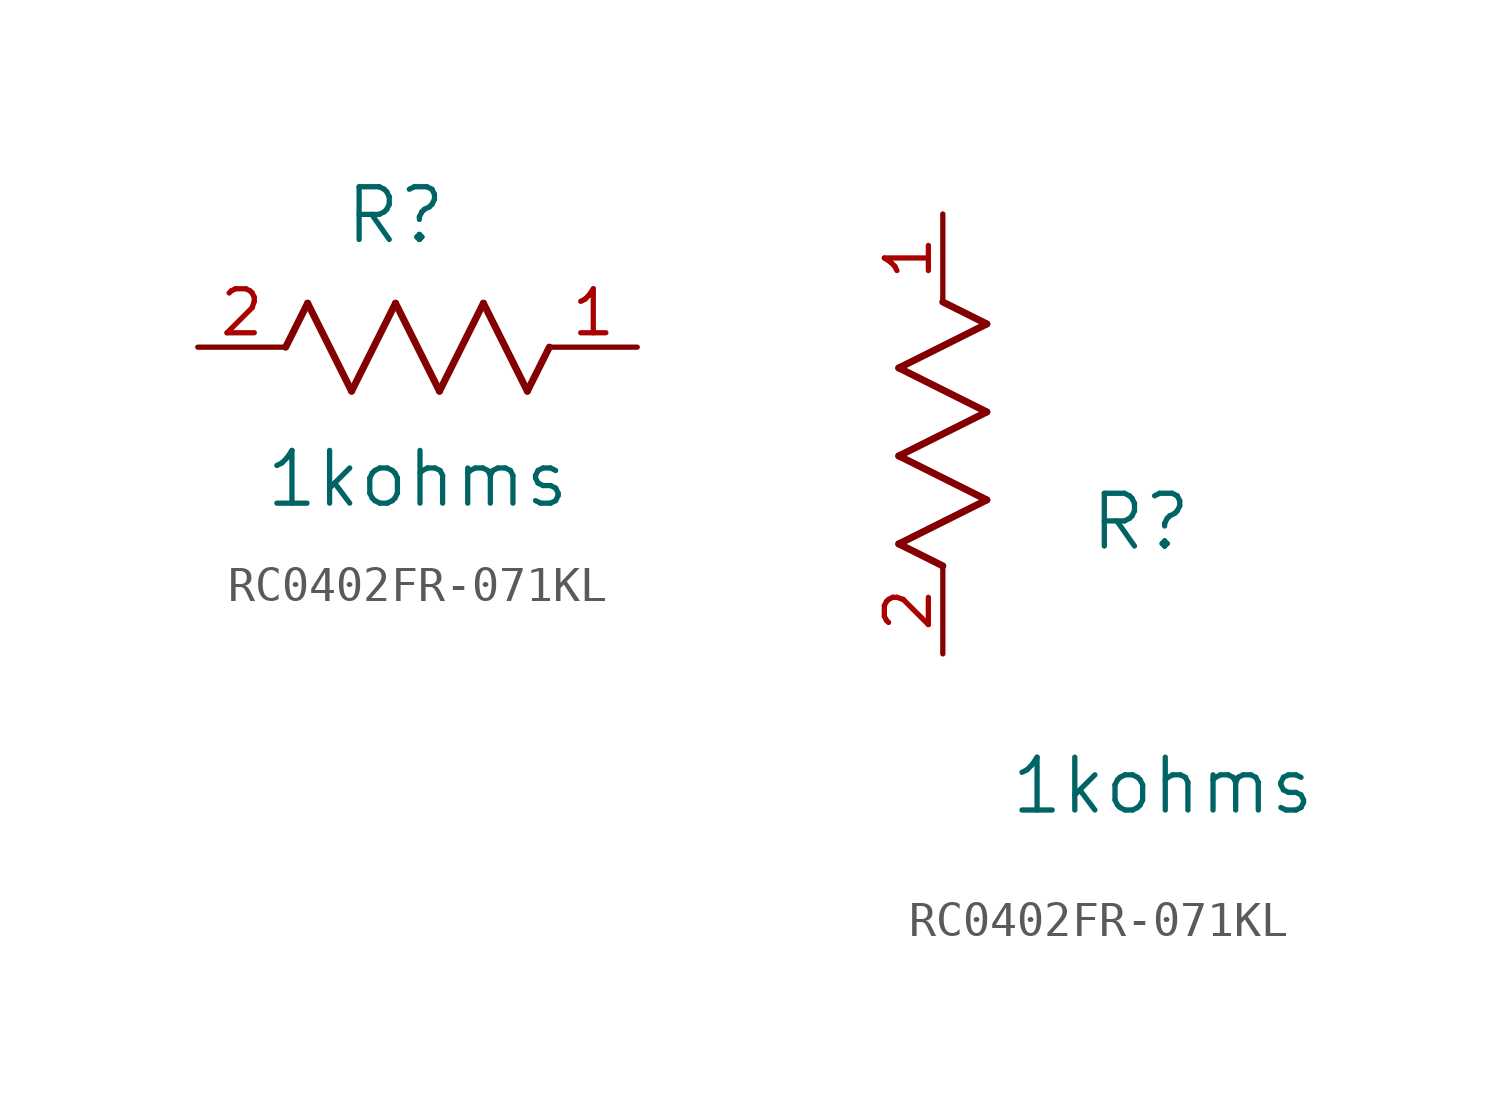
<source format=kicad_sym>
(kicad_symbol_lib
  (version 20220914)
  (generator kicad_symbol_editor)
  (symbol "RC0402FR-071KL"
    (pin_names
      (offset 0.254))
    (property "Reference" "R"
      (at 5.715 3.81 0)
      (effects (font (size 1.524 1.524))))
    (property "Value" "1kohms"
      (at 6.35 -3.81 0)
      (effects (font (size 1.524 1.524))))
    (symbol "RC0402FR-071KL_1_1"
      (polyline (pts (xy 2.54 0) (xy 3.175 1.27)) (stroke (width 0.203) (type default)) (fill (type none)))
      (polyline (pts (xy 3.175 1.27) (xy 4.445 -1.27)) (stroke (width 0.203) (type default)) (fill (type none)))
      (polyline (pts (xy 4.445 -1.27) (xy 5.715 1.27)) (stroke (width 0.203) (type default)) (fill (type none)))
      (polyline (pts (xy 5.715 1.27) (xy 6.985 -1.27)) (stroke (width 0.203) (type default)) (fill (type none)))
      (polyline (pts (xy 6.985 -1.27) (xy 8.255 1.27)) (stroke (width 0.203) (type default)) (fill (type none)))
      (polyline (pts (xy 8.255 1.27) (xy 9.525 -1.27)) (stroke (width 0.203) (type default)) (fill (type none)))
      (polyline (pts (xy 9.525 -1.27) (xy 10.16 0)) (stroke (width 0.203) (type default)) (fill (type none)))
      (pin unspecified line (at 12.7 0 180) (length 2.54) (name "" (effects (font (size 1.27 1.27)))) (number "1" (effects (font (size 1.27 1.27)))))
      (pin unspecified line (at 0 0 0) (length 2.54) (name "" (effects (font (size 1.27 1.27)))) (number "2" (effects (font (size 1.27 1.27))))))
    (symbol "RC0402FR-071KL_1_2"
      (polyline (pts (xy -1.27 3.175) (xy 1.27 4.445)) (stroke (width 0.203) (type default)) (fill (type none)))
      (polyline (pts (xy -1.27 5.715) (xy 1.27 6.985)) (stroke (width 0.203) (type default)) (fill (type none)))
      (polyline (pts (xy -1.27 8.255) (xy 1.27 9.525)) (stroke (width 0.203) (type default)) (fill (type none)))
      (polyline (pts (xy 0 2.54) (xy -1.27 3.175)) (stroke (width 0.203) (type default)) (fill (type none)))
      (polyline (pts (xy 1.27 4.445) (xy -1.27 5.715)) (stroke (width 0.203) (type default)) (fill (type none)))
      (polyline (pts (xy 1.27 6.985) (xy -1.27 8.255)) (stroke (width 0.203) (type default)) (fill (type none)))
      (polyline (pts (xy 1.27 9.525) (xy 0 10.16)) (stroke (width 0.203) (type default)) (fill (type none)))
      (pin unspecified line (at 0 12.7 270) (length 2.54) (name "" (effects (font (size 1.27 1.27)))) (number "1" (effects (font (size 1.27 1.27)))))
      (pin unspecified line (at 0 0 90) (length 2.54) (name "" (effects (font (size 1.27 1.27)))) (number "2" (effects (font (size 1.27 1.27))))))))
</source>
